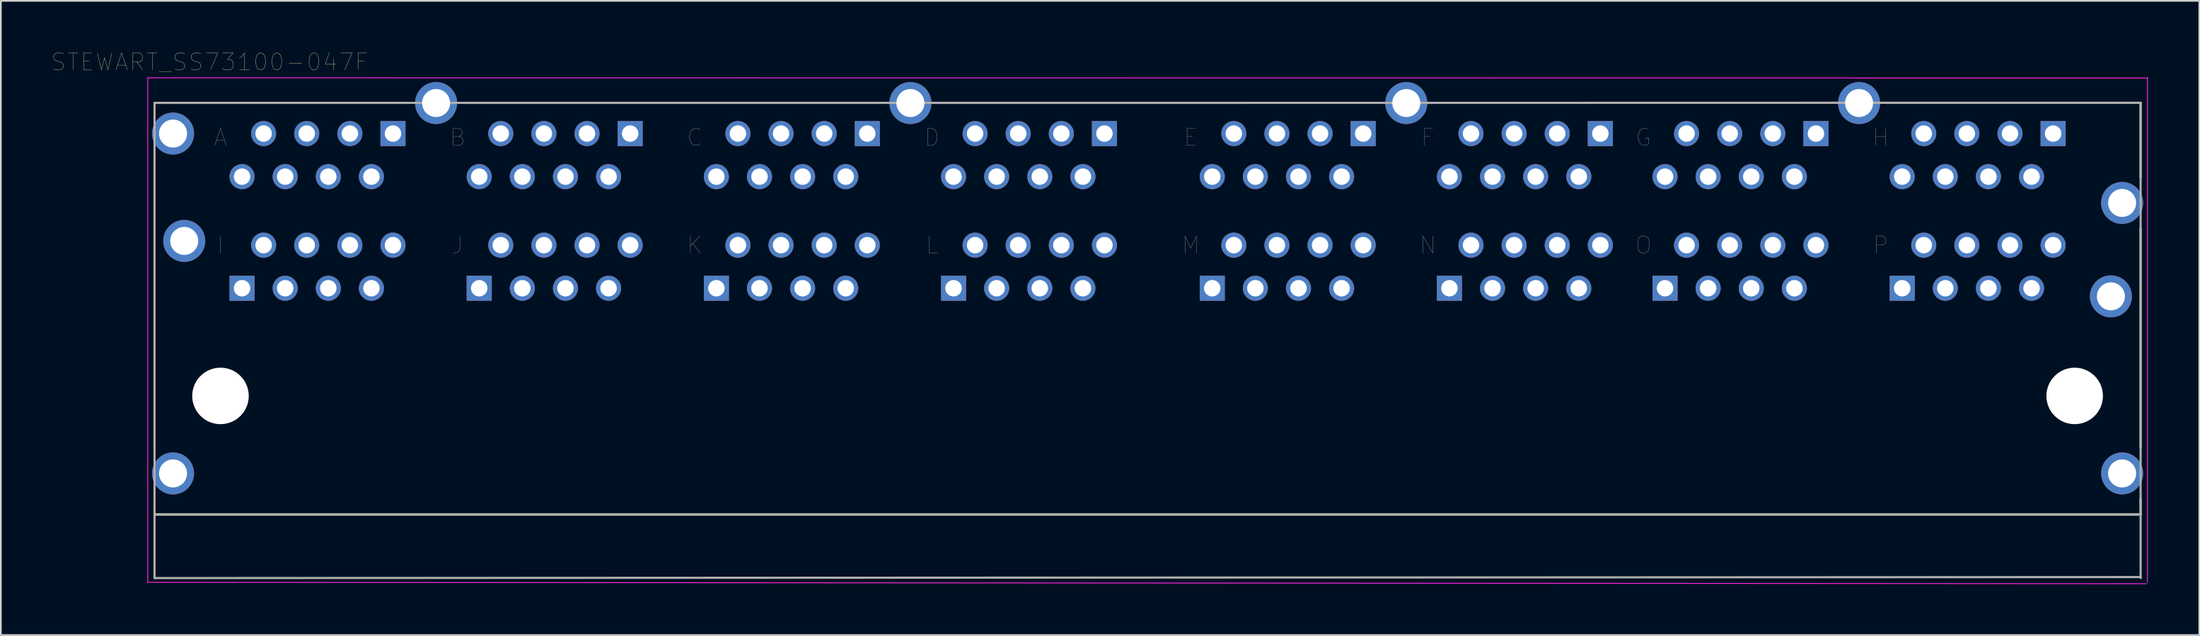
<source format=kicad_pcb>
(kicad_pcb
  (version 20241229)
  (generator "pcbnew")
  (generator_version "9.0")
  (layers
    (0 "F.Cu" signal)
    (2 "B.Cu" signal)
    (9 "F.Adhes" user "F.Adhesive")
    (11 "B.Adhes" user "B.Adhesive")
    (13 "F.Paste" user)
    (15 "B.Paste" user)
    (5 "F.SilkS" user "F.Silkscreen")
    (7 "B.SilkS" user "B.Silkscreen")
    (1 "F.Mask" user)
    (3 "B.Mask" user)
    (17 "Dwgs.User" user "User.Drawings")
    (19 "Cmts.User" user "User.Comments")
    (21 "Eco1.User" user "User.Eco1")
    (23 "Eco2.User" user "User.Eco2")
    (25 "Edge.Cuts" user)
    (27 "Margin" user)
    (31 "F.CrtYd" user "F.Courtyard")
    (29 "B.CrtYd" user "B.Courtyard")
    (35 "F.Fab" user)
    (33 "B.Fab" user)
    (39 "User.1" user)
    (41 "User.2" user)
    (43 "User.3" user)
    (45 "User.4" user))
  (footprint "STEWART_SS73100-047F"
    (layer "F.Cu")
    (at 50.578 20.296)
    (property "Reference" "STEWART_SS73100-047F" (at -41.275 -19.685 0) (layer "F.SilkS") (effects (font (size 1 1) (thickness 0.015))))
    (attr through_hole)
    (fp_line (start -44.525 -17.28) (end -29.544 -17.28) (stroke (width 0.127) (type solid)) (layer "F.SilkS"))
    (fp_line (start -44.525 3.066) (end -44.525 -13.966) (stroke (width 0.127) (type solid)) (layer "F.SilkS"))
    (fp_line (start -44.525 6.99) (end -44.525 6.074) (stroke (width 0.127) (type solid)) (layer "F.SilkS"))
    (fp_line (start -26.336 -17.28) (end -1.604 -17.28) (stroke (width 0.127) (type solid)) (layer "F.SilkS"))
    (fp_line (start 57.484 -17.28) (end 72.465 -17.28) (stroke (width 0.127) (type solid)) (layer "F.SilkS"))
    (fp_line (start 72.465 -17.24) (end 72.465 -12.884) (stroke (width 0.127) (type solid)) (layer "F.SilkS"))
    (fp_line (start 72.465 -9.876) (end 72.465 3.066) (stroke (width 0.127) (type solid)) (layer "F.SilkS"))
    (fp_line (start 72.465 6.074) (end 72.465 6.99) (stroke (width 0.127) (type solid)) (layer "F.SilkS"))
    (fp_line (start 72.465 6.99) (end -44.525 6.99) (stroke (width 0.127) (type solid)) (layer "F.SilkS"))
    (fp_line (start 72.466 -17.285) (end 1.604 -17.28) (stroke (width 0.127) (type solid)) (layer "F.SilkS"))
    (fp_line (start -44.925 -18.76) (end -44.925 10.99) (stroke (width 0.05) (type solid)) (layer "F.CrtYd"))
    (fp_line (start -44.925 10.99) (end 72.809 11.074) (stroke (width 0.05) (type solid)) (layer "F.CrtYd"))
    (fp_line (start 72.865 10.99) (end 72.865 -18.76) (stroke (width 0.05) (type solid)) (layer "F.CrtYd"))
    (fp_line (start 72.898 -18.745) (end -44.925 -18.76) (stroke (width 0.05) (type solid)) (layer "F.CrtYd"))
    (fp_line (start -44.525 -17.28) (end 72.466 -17.285) (stroke (width 0.127) (type solid)) (layer "F.Fab"))
    (fp_line (start -44.525 6.99) (end -44.525 -17.28) (stroke (width 0.127) (type solid)) (layer "F.Fab"))
    (fp_line (start -44.525 10.74) (end -44.525 6.99) (stroke (width 0.127) (type solid)) (layer "F.Fab"))
    (fp_line (start 72.465 -17.28) (end 72.465 6.99) (stroke (width 0.127) (type solid)) (layer "F.Fab"))
    (fp_line (start 72.465 6.99) (end -44.525 6.99) (stroke (width 0.127) (type solid)) (layer "F.Fab"))
    (fp_line (start 72.465 6.99) (end 72.465 10.74) (stroke (width 0.127) (type solid)) (layer "F.Fab"))
    (fp_line (start 72.479 10.681) (end -44.525 10.74) (stroke (width 0.127) (type solid)) (layer "F.Fab"))
    (fp_text user "C" (at -12.7 -15.24 0) (layer "F.Fab") (effects (font (size 1 1) (thickness 0.015))))
    (fp_text user "B" (at -26.67 -15.24 0) (layer "F.Fab") (effects (font (size 1 1) (thickness 0.015))))
    (fp_text user "F" (at 30.48 -15.24 0) (layer "F.Fab") (effects (font (size 1 1) (thickness 0.015))))
    (fp_text user "P" (at 57.15 -8.89 0) (layer "F.Fab") (effects (font (size 1 1) (thickness 0.015))))
    (fp_text user "L" (at 1.27 -8.89 0) (layer "F.Fab") (effects (font (size 1 1) (thickness 0.015))))
    (fp_text user "H" (at 57.15 -15.24 0) (layer "F.Fab") (effects (font (size 1 1) (thickness 0.015))))
    (fp_text user "J" (at -26.67 -8.89 0) (layer "F.Fab") (effects (font (size 1 1) (thickness 0.015))))
    (fp_text user "I" (at -40.64 -8.89 0) (layer "F.Fab") (effects (font (size 1 1) (thickness 0.015))))
    (fp_text user "O" (at 43.18 -8.89 0) (layer "F.Fab") (effects (font (size 1 1) (thickness 0.015))))
    (fp_text user "K" (at -12.7 -8.89 0) (layer "F.Fab") (effects (font (size 1 1) (thickness 0.015))))
    (fp_text user "N" (at 30.48 -8.89 0) (layer "F.Fab") (effects (font (size 1 1) (thickness 0.015))))
    (fp_text user "A" (at -40.64 -15.24 0) (layer "F.Fab") (effects (font (size 1 1) (thickness 0.015))))
    (fp_text user "M" (at 16.51 -8.89 0) (layer "F.Fab") (effects (font (size 1 1) (thickness 0.015))))
    (fp_text user "G" (at 43.18 -15.24 0) (layer "F.Fab") (effects (font (size 1 1) (thickness 0.015))))
    (fp_text user "D" (at 1.27 -15.24 0) (layer "F.Fab") (effects (font (size 1 1) (thickness 0.015))))
    (fp_text user "E" (at 16.51 -15.24 0) (layer "F.Fab") (effects (font (size 1 1) (thickness 0.015))))
    (pad "" np_thru_hole circle (at -40.64 0) (size 3.33 3.33) (drill 3.33) (layers "*.Cu" "*.Mask"))
    (pad "" np_thru_hole circle (at 68.58 0) (size 3.33 3.33) (drill 3.33) (layers "*.Cu" "*.Mask"))
    (pad "A_1" thru_hole rect (at -30.48 -15.47) (size 1.478 1.478) (drill 0.97) (layers "*.Cu" "*.Mask"))
    (pad "A_2" thru_hole circle (at -31.75 -12.93) (size 1.478 1.478) (drill 0.97) (layers "*.Cu" "*.Mask"))
    (pad "A_3" thru_hole circle (at -33.02 -15.47) (size 1.478 1.478) (drill 0.97) (layers "*.Cu" "*.Mask"))
    (pad "A_4" thru_hole circle (at -34.29 -12.93) (size 1.478 1.478) (drill 0.97) (layers "*.Cu" "*.Mask"))
    (pad "A_5" thru_hole circle (at -35.56 -15.47) (size 1.478 1.478) (drill 0.97) (layers "*.Cu" "*.Mask"))
    (pad "A_6" thru_hole circle (at -36.83 -12.93) (size 1.478 1.478) (drill 0.97) (layers "*.Cu" "*.Mask"))
    (pad "A_7" thru_hole circle (at -38.1 -15.47) (size 1.478 1.478) (drill 0.97) (layers "*.Cu" "*.Mask"))
    (pad "A_8" thru_hole circle (at -39.37 -12.93) (size 1.478 1.478) (drill 0.97) (layers "*.Cu" "*.Mask"))
    (pad "B_1" thru_hole rect (at -16.51 -15.47) (size 1.478 1.478) (drill 0.97) (layers "*.Cu" "*.Mask"))
    (pad "B_2" thru_hole circle (at -17.78 -12.93) (size 1.478 1.478) (drill 0.97) (layers "*.Cu" "*.Mask"))
    (pad "B_3" thru_hole circle (at -19.05 -15.47) (size 1.478 1.478) (drill 0.97) (layers "*.Cu" "*.Mask"))
    (pad "B_4" thru_hole circle (at -20.32 -12.93) (size 1.478 1.478) (drill 0.97) (layers "*.Cu" "*.Mask"))
    (pad "B_5" thru_hole circle (at -21.59 -15.47) (size 1.478 1.478) (drill 0.97) (layers "*.Cu" "*.Mask"))
    (pad "B_6" thru_hole circle (at -22.86 -12.93) (size 1.478 1.478) (drill 0.97) (layers "*.Cu" "*.Mask"))
    (pad "B_7" thru_hole circle (at -24.13 -15.47) (size 1.478 1.478) (drill 0.97) (layers "*.Cu" "*.Mask"))
    (pad "B_8" thru_hole circle (at -25.4 -12.93) (size 1.478 1.478) (drill 0.97) (layers "*.Cu" "*.Mask"))
    (pad "C_1" thru_hole rect (at -2.54 -15.47) (size 1.478 1.478) (drill 0.97) (layers "*.Cu" "*.Mask"))
    (pad "C_2" thru_hole circle (at -3.81 -12.93) (size 1.478 1.478) (drill 0.97) (layers "*.Cu" "*.Mask"))
    (pad "C_3" thru_hole circle (at -5.08 -15.47) (size 1.478 1.478) (drill 0.97) (layers "*.Cu" "*.Mask"))
    (pad "C_4" thru_hole circle (at -6.35 -12.93) (size 1.478 1.478) (drill 0.97) (layers "*.Cu" "*.Mask"))
    (pad "C_5" thru_hole circle (at -7.62 -15.47) (size 1.478 1.478) (drill 0.97) (layers "*.Cu" "*.Mask"))
    (pad "C_6" thru_hole circle (at -8.89 -12.93) (size 1.478 1.478) (drill 0.97) (layers "*.Cu" "*.Mask"))
    (pad "C_7" thru_hole circle (at -10.16 -15.47) (size 1.478 1.478) (drill 0.97) (layers "*.Cu" "*.Mask"))
    (pad "C_8" thru_hole circle (at -11.43 -12.93) (size 1.478 1.478) (drill 0.97) (layers "*.Cu" "*.Mask"))
    (pad "D_1" thru_hole rect (at 11.43 -15.47) (size 1.478 1.478) (drill 0.97) (layers "*.Cu" "*.Mask"))
    (pad "D_2" thru_hole circle (at 10.16 -12.93) (size 1.478 1.478) (drill 0.97) (layers "*.Cu" "*.Mask"))
    (pad "D_3" thru_hole circle (at 8.89 -15.47) (size 1.478 1.478) (drill 0.97) (layers "*.Cu" "*.Mask"))
    (pad "D_4" thru_hole circle (at 7.62 -12.93) (size 1.478 1.478) (drill 0.97) (layers "*.Cu" "*.Mask"))
    (pad "D_5" thru_hole circle (at 6.35 -15.47) (size 1.478 1.478) (drill 0.97) (layers "*.Cu" "*.Mask"))
    (pad "D_6" thru_hole circle (at 5.08 -12.93) (size 1.478 1.478) (drill 0.97) (layers "*.Cu" "*.Mask"))
    (pad "D_7" thru_hole circle (at 3.81 -15.47) (size 1.478 1.478) (drill 0.97) (layers "*.Cu" "*.Mask"))
    (pad "D_8" thru_hole circle (at 2.54 -12.93) (size 1.478 1.478) (drill 0.97) (layers "*.Cu" "*.Mask"))
    (pad "E_1" thru_hole rect (at 26.67 -15.47) (size 1.478 1.478) (drill 0.97) (layers "*.Cu" "*.Mask"))
    (pad "E_2" thru_hole circle (at 25.4 -12.93) (size 1.478 1.478) (drill 0.97) (layers "*.Cu" "*.Mask"))
    (pad "E_3" thru_hole circle (at 24.13 -15.47) (size 1.478 1.478) (drill 0.97) (layers "*.Cu" "*.Mask"))
    (pad "E_4" thru_hole circle (at 22.86 -12.93) (size 1.478 1.478) (drill 0.97) (layers "*.Cu" "*.Mask"))
    (pad "E_5" thru_hole circle (at 21.59 -15.47) (size 1.478 1.478) (drill 0.97) (layers "*.Cu" "*.Mask"))
    (pad "E_6" thru_hole circle (at 20.32 -12.93) (size 1.478 1.478) (drill 0.97) (layers "*.Cu" "*.Mask"))
    (pad "E_7" thru_hole circle (at 19.05 -15.47) (size 1.478 1.478) (drill 0.97) (layers "*.Cu" "*.Mask"))
    (pad "E_8" thru_hole circle (at 17.78 -12.93) (size 1.478 1.478) (drill 0.97) (layers "*.Cu" "*.Mask"))
    (pad "F_1" thru_hole rect (at 40.64 -15.47) (size 1.478 1.478) (drill 0.97) (layers "*.Cu" "*.Mask"))
    (pad "F_2" thru_hole circle (at 39.37 -12.93) (size 1.478 1.478) (drill 0.97) (layers "*.Cu" "*.Mask"))
    (pad "F_3" thru_hole circle (at 38.1 -15.47) (size 1.478 1.478) (drill 0.97) (layers "*.Cu" "*.Mask"))
    (pad "F_4" thru_hole circle (at 36.83 -12.93) (size 1.478 1.478) (drill 0.97) (layers "*.Cu" "*.Mask"))
    (pad "F_5" thru_hole circle (at 35.56 -15.47) (size 1.478 1.478) (drill 0.97) (layers "*.Cu" "*.Mask"))
    (pad "F_6" thru_hole circle (at 34.29 -12.93) (size 1.478 1.478) (drill 0.97) (layers "*.Cu" "*.Mask"))
    (pad "F_7" thru_hole circle (at 33.02 -15.47) (size 1.478 1.478) (drill 0.97) (layers "*.Cu" "*.Mask"))
    (pad "F_8" thru_hole circle (at 31.75 -12.93) (size 1.478 1.478) (drill 0.97) (layers "*.Cu" "*.Mask"))
    (pad "G_1" thru_hole rect (at 53.34 -15.47) (size 1.478 1.478) (drill 0.97) (layers "*.Cu" "*.Mask"))
    (pad "G_2" thru_hole circle (at 52.07 -12.93) (size 1.478 1.478) (drill 0.97) (layers "*.Cu" "*.Mask"))
    (pad "G_3" thru_hole circle (at 50.8 -15.47) (size 1.478 1.478) (drill 0.97) (layers "*.Cu" "*.Mask"))
    (pad "G_4" thru_hole circle (at 49.53 -12.93) (size 1.478 1.478) (drill 0.97) (layers "*.Cu" "*.Mask"))
    (pad "G_5" thru_hole circle (at 48.26 -15.47) (size 1.478 1.478) (drill 0.97) (layers "*.Cu" "*.Mask"))
    (pad "G_6" thru_hole circle (at 46.99 -12.93) (size 1.478 1.478) (drill 0.97) (layers "*.Cu" "*.Mask"))
    (pad "G_7" thru_hole circle (at 45.72 -15.47) (size 1.478 1.478) (drill 0.97) (layers "*.Cu" "*.Mask"))
    (pad "G_8" thru_hole circle (at 44.45 -12.93) (size 1.478 1.478) (drill 0.97) (layers "*.Cu" "*.Mask"))
    (pad "H_1" thru_hole rect (at 67.31 -15.47) (size 1.478 1.478) (drill 0.97) (layers "*.Cu" "*.Mask"))
    (pad "H_2" thru_hole circle (at 66.04 -12.93) (size 1.478 1.478) (drill 0.97) (layers "*.Cu" "*.Mask"))
    (pad "H_3" thru_hole circle (at 64.77 -15.47) (size 1.478 1.478) (drill 0.97) (layers "*.Cu" "*.Mask"))
    (pad "H_4" thru_hole circle (at 63.5 -12.93) (size 1.478 1.478) (drill 0.97) (layers "*.Cu" "*.Mask"))
    (pad "H_5" thru_hole circle (at 62.23 -15.47) (size 1.478 1.478) (drill 0.97) (layers "*.Cu" "*.Mask"))
    (pad "H_6" thru_hole circle (at 60.96 -12.93) (size 1.478 1.478) (drill 0.97) (layers "*.Cu" "*.Mask"))
    (pad "H_7" thru_hole circle (at 59.69 -15.47) (size 1.478 1.478) (drill 0.97) (layers "*.Cu" "*.Mask"))
    (pad "H_8" thru_hole circle (at 58.42 -12.93) (size 1.478 1.478) (drill 0.97) (layers "*.Cu" "*.Mask"))
    (pad "I_1" thru_hole rect (at -39.37 -6.35) (size 1.478 1.478) (drill 0.97) (layers "*.Cu" "*.Mask"))
    (pad "I_2" thru_hole circle (at -38.1 -8.89) (size 1.478 1.478) (drill 0.97) (layers "*.Cu" "*.Mask"))
    (pad "I_3" thru_hole circle (at -36.83 -6.35) (size 1.478 1.478) (drill 0.97) (layers "*.Cu" "*.Mask"))
    (pad "I_4" thru_hole circle (at -35.56 -8.89) (size 1.478 1.478) (drill 0.97) (layers "*.Cu" "*.Mask"))
    (pad "I_5" thru_hole circle (at -34.29 -6.35) (size 1.478 1.478) (drill 0.97) (layers "*.Cu" "*.Mask"))
    (pad "I_6" thru_hole circle (at -33.02 -8.89) (size 1.478 1.478) (drill 0.97) (layers "*.Cu" "*.Mask"))
    (pad "I_7" thru_hole circle (at -31.75 -6.35) (size 1.478 1.478) (drill 0.97) (layers "*.Cu" "*.Mask"))
    (pad "I_8" thru_hole circle (at -30.48 -8.89) (size 1.478 1.478) (drill 0.97) (layers "*.Cu" "*.Mask"))
    (pad "J_1" thru_hole rect (at -25.4 -6.35) (size 1.478 1.478) (drill 0.97) (layers "*.Cu" "*.Mask"))
    (pad "J_2" thru_hole circle (at -24.13 -8.89) (size 1.478 1.478) (drill 0.97) (layers "*.Cu" "*.Mask"))
    (pad "J_3" thru_hole circle (at -22.86 -6.35) (size 1.478 1.478) (drill 0.97) (layers "*.Cu" "*.Mask"))
    (pad "J_4" thru_hole circle (at -21.59 -8.89) (size 1.478 1.478) (drill 0.97) (layers "*.Cu" "*.Mask"))
    (pad "J_5" thru_hole circle (at -20.32 -6.35) (size 1.478 1.478) (drill 0.97) (layers "*.Cu" "*.Mask"))
    (pad "J_6" thru_hole circle (at -19.05 -8.89) (size 1.478 1.478) (drill 0.97) (layers "*.Cu" "*.Mask"))
    (pad "J_7" thru_hole circle (at -17.78 -6.35) (size 1.478 1.478) (drill 0.97) (layers "*.Cu" "*.Mask"))
    (pad "J_8" thru_hole circle (at -16.51 -8.89) (size 1.478 1.478) (drill 0.97) (layers "*.Cu" "*.Mask"))
    (pad "K_1" thru_hole rect (at -11.43 -6.35) (size 1.478 1.478) (drill 0.97) (layers "*.Cu" "*.Mask"))
    (pad "K_2" thru_hole circle (at -10.16 -8.89) (size 1.478 1.478) (drill 0.97) (layers "*.Cu" "*.Mask"))
    (pad "K_3" thru_hole circle (at -8.89 -6.35) (size 1.478 1.478) (drill 0.97) (layers "*.Cu" "*.Mask"))
    (pad "K_4" thru_hole circle (at -7.62 -8.89) (size 1.478 1.478) (drill 0.97) (layers "*.Cu" "*.Mask"))
    (pad "K_5" thru_hole circle (at -6.35 -6.35) (size 1.478 1.478) (drill 0.97) (layers "*.Cu" "*.Mask"))
    (pad "K_6" thru_hole circle (at -5.08 -8.89) (size 1.478 1.478) (drill 0.97) (layers "*.Cu" "*.Mask"))
    (pad "K_7" thru_hole circle (at -3.81 -6.35) (size 1.478 1.478) (drill 0.97) (layers "*.Cu" "*.Mask"))
    (pad "K_8" thru_hole circle (at -2.54 -8.89) (size 1.478 1.478) (drill 0.97) (layers "*.Cu" "*.Mask"))
    (pad "L_1" thru_hole rect (at 2.54 -6.35) (size 1.478 1.478) (drill 0.97) (layers "*.Cu" "*.Mask"))
    (pad "L_2" thru_hole circle (at 3.81 -8.89) (size 1.478 1.478) (drill 0.97) (layers "*.Cu" "*.Mask"))
    (pad "L_3" thru_hole circle (at 5.08 -6.35) (size 1.478 1.478) (drill 0.97) (layers "*.Cu" "*.Mask"))
    (pad "L_4" thru_hole circle (at 6.35 -8.89) (size 1.478 1.478) (drill 0.97) (layers "*.Cu" "*.Mask"))
    (pad "L_5" thru_hole circle (at 7.62 -6.35) (size 1.478 1.478) (drill 0.97) (layers "*.Cu" "*.Mask"))
    (pad "L_6" thru_hole circle (at 8.89 -8.89) (size 1.478 1.478) (drill 0.97) (layers "*.Cu" "*.Mask"))
    (pad "L_7" thru_hole circle (at 10.16 -6.35) (size 1.478 1.478) (drill 0.97) (layers "*.Cu" "*.Mask"))
    (pad "L_8" thru_hole circle (at 11.43 -8.89) (size 1.478 1.478) (drill 0.97) (layers "*.Cu" "*.Mask"))
    (pad "M_1" thru_hole rect (at 17.78 -6.35) (size 1.478 1.478) (drill 0.97) (layers "*.Cu" "*.Mask"))
    (pad "M_2" thru_hole circle (at 19.05 -8.89) (size 1.478 1.478) (drill 0.97) (layers "*.Cu" "*.Mask"))
    (pad "M_3" thru_hole circle (at 20.32 -6.35) (size 1.478 1.478) (drill 0.97) (layers "*.Cu" "*.Mask"))
    (pad "M_4" thru_hole circle (at 21.59 -8.89) (size 1.478 1.478) (drill 0.97) (layers "*.Cu" "*.Mask"))
    (pad "M_5" thru_hole circle (at 22.86 -6.35) (size 1.478 1.478) (drill 0.97) (layers "*.Cu" "*.Mask"))
    (pad "M_6" thru_hole circle (at 24.13 -8.89) (size 1.478 1.478) (drill 0.97) (layers "*.Cu" "*.Mask"))
    (pad "M_7" thru_hole circle (at 25.4 -6.35) (size 1.478 1.478) (drill 0.97) (layers "*.Cu" "*.Mask"))
    (pad "M_8" thru_hole circle (at 26.67 -8.89) (size 1.478 1.478) (drill 0.97) (layers "*.Cu" "*.Mask"))
    (pad "N_1" thru_hole rect (at 31.75 -6.35) (size 1.478 1.478) (drill 0.97) (layers "*.Cu" "*.Mask"))
    (pad "N_2" thru_hole circle (at 33.02 -8.89) (size 1.478 1.478) (drill 0.97) (layers "*.Cu" "*.Mask"))
    (pad "N_3" thru_hole circle (at 34.29 -6.35) (size 1.478 1.478) (drill 0.97) (layers "*.Cu" "*.Mask"))
    (pad "N_4" thru_hole circle (at 35.56 -8.89) (size 1.478 1.478) (drill 0.97) (layers "*.Cu" "*.Mask"))
    (pad "N_5" thru_hole circle (at 36.83 -6.35) (size 1.478 1.478) (drill 0.97) (layers "*.Cu" "*.Mask"))
    (pad "N_6" thru_hole circle (at 38.1 -8.89) (size 1.478 1.478) (drill 0.97) (layers "*.Cu" "*.Mask"))
    (pad "N_7" thru_hole circle (at 39.37 -6.35) (size 1.478 1.478) (drill 0.97) (layers "*.Cu" "*.Mask"))
    (pad "N_8" thru_hole circle (at 40.64 -8.89) (size 1.478 1.478) (drill 0.97) (layers "*.Cu" "*.Mask"))
    (pad "O_1" thru_hole rect (at 44.45 -6.35) (size 1.478 1.478) (drill 0.97) (layers "*.Cu" "*.Mask"))
    (pad "O_2" thru_hole circle (at 45.72 -8.89) (size 1.478 1.478) (drill 0.97) (layers "*.Cu" "*.Mask"))
    (pad "O_3" thru_hole circle (at 46.99 -6.35) (size 1.478 1.478) (drill 0.97) (layers "*.Cu" "*.Mask"))
    (pad "O_4" thru_hole circle (at 48.26 -8.89) (size 1.478 1.478) (drill 0.97) (layers "*.Cu" "*.Mask"))
    (pad "O_5" thru_hole circle (at 49.53 -6.35) (size 1.478 1.478) (drill 0.97) (layers "*.Cu" "*.Mask"))
    (pad "O_6" thru_hole circle (at 50.8 -8.89) (size 1.478 1.478) (drill 0.97) (layers "*.Cu" "*.Mask"))
    (pad "O_7" thru_hole circle (at 52.07 -6.35) (size 1.478 1.478) (drill 0.97) (layers "*.Cu" "*.Mask"))
    (pad "O_8" thru_hole circle (at 53.34 -8.89) (size 1.478 1.478) (drill 0.97) (layers "*.Cu" "*.Mask"))
    (pad "P_1" thru_hole rect (at 58.42 -6.35) (size 1.478 1.478) (drill 0.97) (layers "*.Cu" "*.Mask"))
    (pad "P_2" thru_hole circle (at 59.69 -8.89) (size 1.478 1.478) (drill 0.97) (layers "*.Cu" "*.Mask"))
    (pad "P_3" thru_hole circle (at 60.96 -6.35) (size 1.478 1.478) (drill 0.97) (layers "*.Cu" "*.Mask"))
    (pad "P_4" thru_hole circle (at 62.23 -8.89) (size 1.478 1.478) (drill 0.97) (layers "*.Cu" "*.Mask"))
    (pad "P_5" thru_hole circle (at 63.5 -6.35) (size 1.478 1.478) (drill 0.97) (layers "*.Cu" "*.Mask"))
    (pad "P_6" thru_hole circle (at 64.77 -8.89) (size 1.478 1.478) (drill 0.97) (layers "*.Cu" "*.Mask"))
    (pad "P_7" thru_hole circle (at 66.04 -6.35) (size 1.478 1.478) (drill 0.97) (layers "*.Cu" "*.Mask"))
    (pad "P_8" thru_hole circle (at 67.31 -8.89) (size 1.478 1.478) (drill 0.97) (layers "*.Cu" "*.Mask"))
    (pad "S1" thru_hole circle (at -43.435 4.57) (size 2.475 2.475) (drill 1.65) (layers "*.Cu" "*.Mask"))
    (pad "S2" thru_hole circle (at 71.375 4.57) (size 2.475 2.475) (drill 1.65) (layers "*.Cu" "*.Mask"))
    (pad "S3" thru_hole circle (at -42.775 -9.14) (size 2.475 2.475) (drill 1.65) (layers "*.Cu" "*.Mask"))
    (pad "S4" thru_hole circle (at -43.435 -15.47) (size 2.475 2.475) (drill 1.65) (layers "*.Cu" "*.Mask"))
    (pad "S5" thru_hole circle (at 70.715 -5.87) (size 2.475 2.475) (drill 1.65) (layers "*.Cu" "*.Mask"))
    (pad "S6" thru_hole circle (at 71.375 -11.38) (size 2.475 2.475) (drill 1.65) (layers "*.Cu" "*.Mask"))
    (pad "S7" thru_hole circle (at -27.94 -17.27) (size 2.475 2.475) (drill 1.65) (layers "*.Cu" "*.Mask"))
    (pad "S8" thru_hole circle (at 0 -17.27) (size 2.475 2.475) (drill 1.65) (layers "*.Cu" "*.Mask"))
    (pad "S9" thru_hole circle (at 29.21 -17.27) (size 2.475 2.475) (drill 1.65) (layers "*.Cu" "*.Mask"))
    (pad "S10" thru_hole circle (at 55.88 -17.27) (size 2.475 2.475) (drill 1.65) (layers "*.Cu" "*.Mask")))
  (gr_rect
    (start -3 -3)
    (end 126.501 34.396)
    (stroke (width 0.1) (type default))
    (fill no)
    (layer "Edge.Cuts")))
</source>
